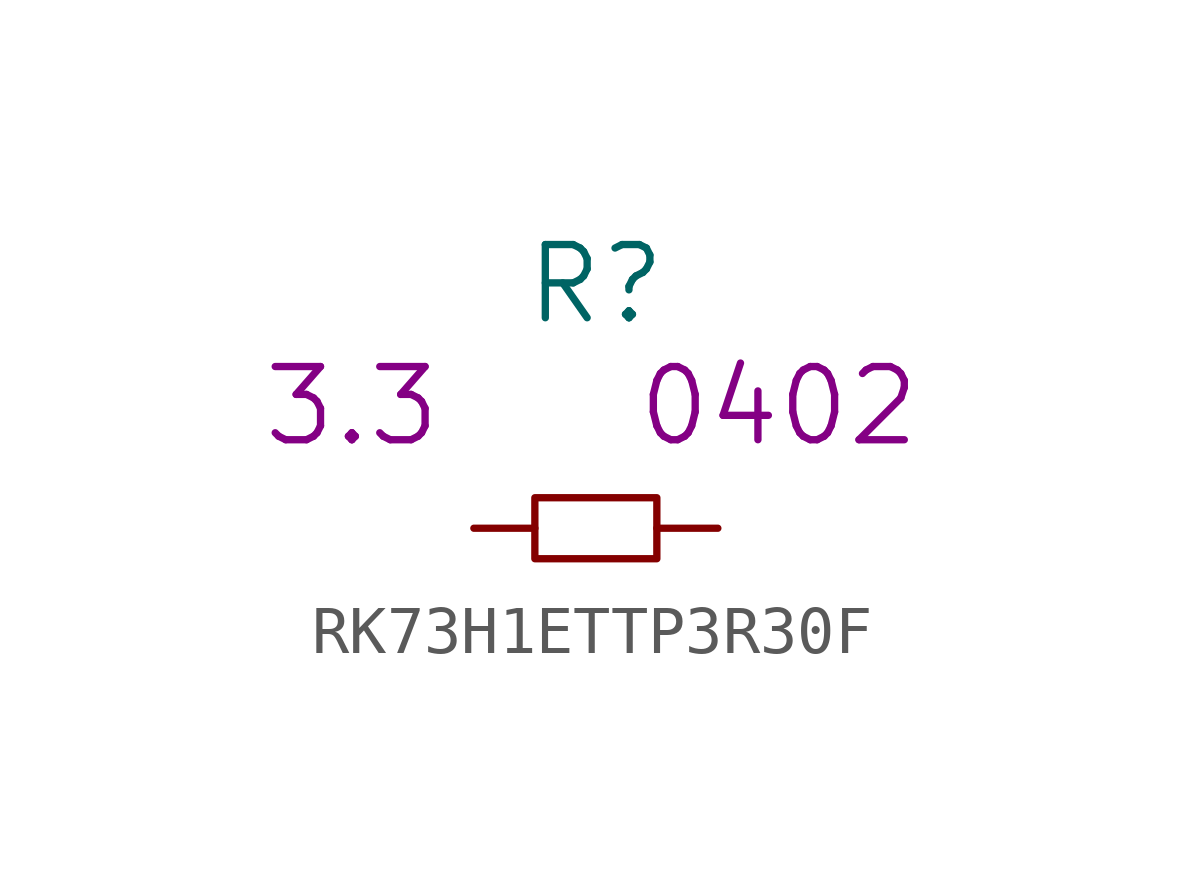
<source format=kicad_sym>
(kicad_symbol_lib
  (version 20220914)
  (generator kicad_symbol_editor)
  (symbol "RK73H1ETTP3R30F"
    (pin_numbers hide)
    (pin_names
      (offset 1.016) hide)
    (property "Reference" "R"
      (at 0 5.08 0)
      (effects (font (size 1.524 1.524))))
    (property "Datasheet" ""
      (at 0 5.08 0)
      (effects (font (size 1.524 1.524))))
    (property "Value2" "3.3"
      (at -5.08 2.54 0)
      (effects (font (size 1.524 1.524))))
    (property "Size" "0402"
      (at 3.81 2.54 0)
      (effects (font (size 1.524 1.524))))
    (symbol "RK73H1ETTP3R30F_0_1"
      (rectangle (start -1.27 0.635) (end 1.27 -0.635) (stroke (width 0) (type solid)) (fill (type none))))
    (symbol "RK73H1ETTP3R30F_1_1"
      (pin passive line (at -2.54 0 0) (length 1.27) (name "1" (effects (font (size 1.27 1.27)))) (number "1" (effects (font (size 1.27 1.27)))))
      (pin passive line (at 2.54 0 180) (length 1.27) (name "2" (effects (font (size 1.27 1.27)))) (number "2" (effects (font (size 1.27 1.27))))))))
</source>
